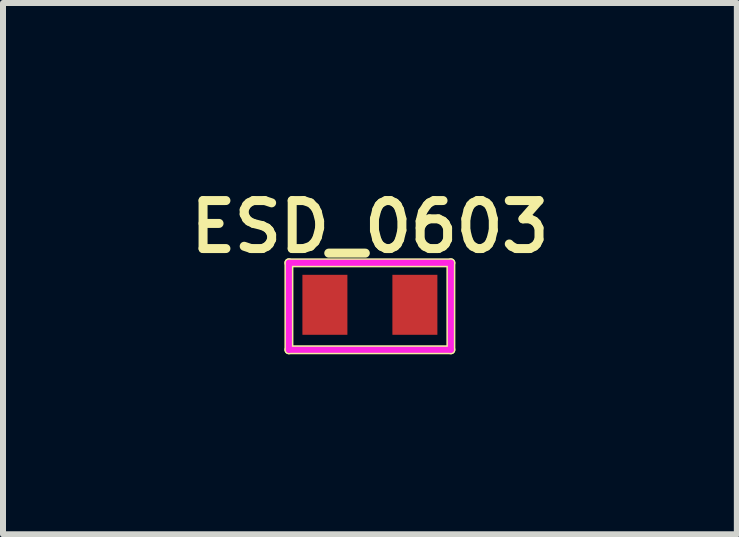
<source format=kicad_pcb>
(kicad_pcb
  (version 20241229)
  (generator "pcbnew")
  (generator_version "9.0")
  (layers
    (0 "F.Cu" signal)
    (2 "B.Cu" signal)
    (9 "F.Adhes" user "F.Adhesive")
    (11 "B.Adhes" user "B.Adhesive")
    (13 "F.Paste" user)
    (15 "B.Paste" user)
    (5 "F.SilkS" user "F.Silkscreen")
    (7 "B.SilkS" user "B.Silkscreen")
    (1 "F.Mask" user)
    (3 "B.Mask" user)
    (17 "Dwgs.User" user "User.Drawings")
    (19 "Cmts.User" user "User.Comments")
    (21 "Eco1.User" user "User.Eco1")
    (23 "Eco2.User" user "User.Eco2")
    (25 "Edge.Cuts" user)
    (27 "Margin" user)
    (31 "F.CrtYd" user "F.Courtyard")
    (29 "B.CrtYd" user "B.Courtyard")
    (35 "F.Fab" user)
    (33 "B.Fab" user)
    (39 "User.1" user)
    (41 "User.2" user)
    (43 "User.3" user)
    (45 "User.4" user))
  (footprint "ESD_0603"
    (layer "F.Cu")
    (at 3.116 2.031)
    (property "Reference" "ESD_0603" (at 0 -1.3 0) (layer "F.SilkS") (effects (font (size 0.8 0.8) (thickness 0.15))))
    (attr smd)
    (fp_line (start -1.35 -0.7) (end -1.35 0.75) (stroke (width 0.15) (type solid)) (layer "F.SilkS"))
    (fp_line (start -1.35 0.75) (end 1.35 0.75) (stroke (width 0.15) (type solid)) (layer "F.SilkS"))
    (fp_line (start 1.35 -0.7) (end -1.35 -0.7) (stroke (width 0.15) (type solid)) (layer "F.SilkS"))
    (fp_line (start 1.35 0.75) (end 1.35 -0.7) (stroke (width 0.15) (type solid)) (layer "F.SilkS"))
    (fp_line (start -1.35 -0.7) (end 1.35 -0.7) (stroke (width 0.1) (type solid)) (layer "F.CrtYd"))
    (fp_line (start -1.35 0.75) (end -1.35 -0.7) (stroke (width 0.1) (type solid)) (layer "F.CrtYd"))
    (fp_line (start 1.35 -0.7) (end 1.35 0.75) (stroke (width 0.1) (type solid)) (layer "F.CrtYd"))
    (fp_line (start 1.35 0.75) (end -1.35 0.75) (stroke (width 0.1) (type solid)) (layer "F.CrtYd"))
    (pad "1" smd rect (at -0.75 0) (size 0.75 1) (layers "F.Cu" "F.Mask" "F.Paste"))
    (pad "2" smd rect (at 0.75 0) (size 0.75 1) (layers "F.Cu" "F.Mask" "F.Paste")))
  (gr_rect
    (start -3 -3)
    (end 9.233 5.856)
    (stroke (width 0.1) (type default))
    (fill no)
    (layer "Edge.Cuts")))
</source>
